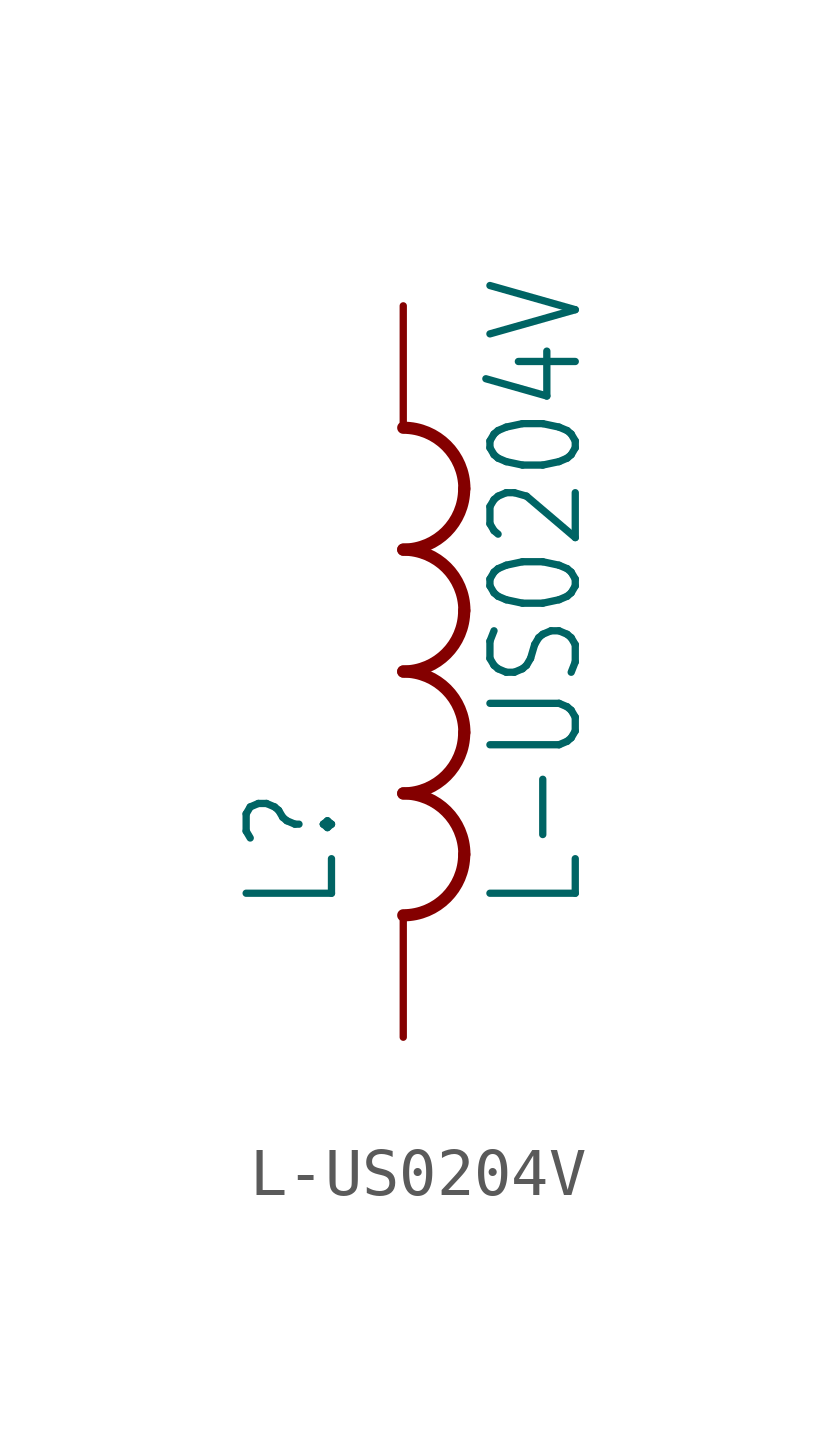
<source format=kicad_sym>
(kicad_symbol_lib
  (version 20220914)
  (generator kicad_symbol_editor)
  (symbol "L-US0204V"
    (property "Reference" "L"
      (at -1.27 -5.08 90)
      (effects (font (size 1.778 1.511)) (justify left bottom)))
    (property "Value" "L-US0204V"
      (at 3.81 -5.08 90)
      (effects (font (size 1.778 1.511)) (justify left bottom)))
    (property "ki_locked" ""
      (at 0 0 0)
      (effects (font (size 1.27 1.27))))
    (symbol "L-US0204V_1_0"
      (arc (start 0 -5.08) (mid 0.898 -4.708) (end 1.27 -3.81) (stroke (width 0.254) (type default)) (fill (type none)))
      (arc (start 0 -2.54) (mid 0.898 -2.168) (end 1.27 -1.27) (stroke (width 0.254) (type default)) (fill (type none)))
      (arc (start 0 0) (mid 0.898 0.372) (end 1.27 1.27) (stroke (width 0.254) (type default)) (fill (type none)))
      (arc (start 0 2.54) (mid 0.898 2.912) (end 1.27 3.81) (stroke (width 0.254) (type default)) (fill (type none)))
      (arc (start 1.27 -3.81) (mid 0.898 -2.912) (end 0 -2.54) (stroke (width 0.254) (type default)) (fill (type none)))
      (arc (start 1.27 -1.27) (mid 0.898 -0.372) (end 0 0) (stroke (width 0.254) (type default)) (fill (type none)))
      (arc (start 1.27 1.27) (mid 0.898 2.168) (end 0 2.54) (stroke (width 0.254) (type default)) (fill (type none)))
      (arc (start 1.27 3.81) (mid 0.898 4.708) (end 0 5.08) (stroke (width 0.254) (type default)) (fill (type none)))
      (pin passive line (at 0 7.62 270) (length 2.54) (name "1" (effects (font (size 0 0)))) (number "1" (effects (font (size 0 0)))))
      (pin passive line (at 0 -7.62 90) (length 2.54) (name "2" (effects (font (size 0 0)))) (number "2" (effects (font (size 0 0))))))))
</source>
